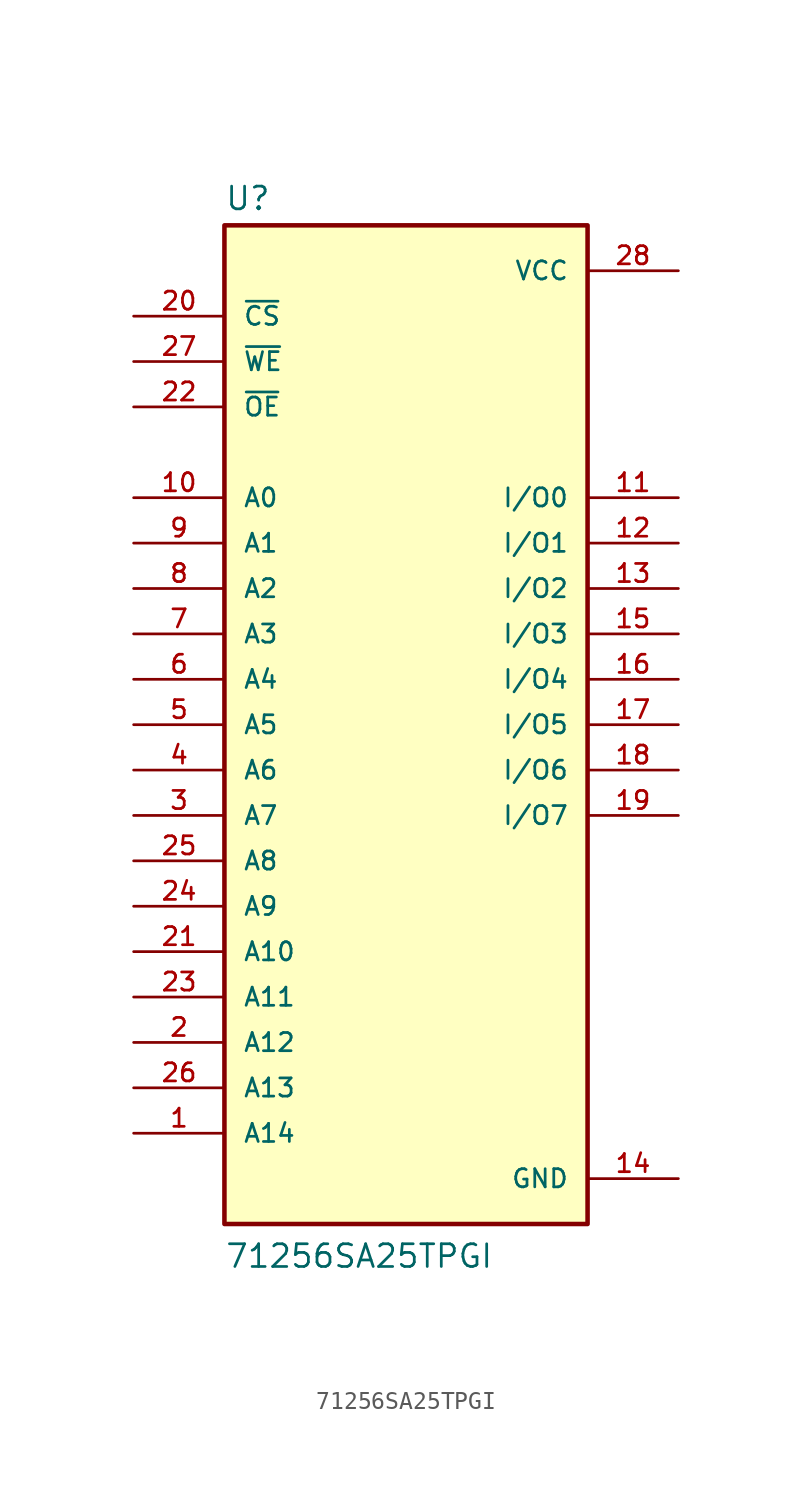
<source format=kicad_sym>
(kicad_symbol_lib
  (version 20211014)
  (generator kicad_symbol_editor)
  (symbol "71256SA25TPGI"
    (pin_names
      (offset 1.016))
    (property "Reference" "U"
      (at -10.16 28.702 0)
      (effects (font (size 1.27 1.27)) (justify bottom left)))
    (property "Value" "71256SA25TPGI"
      (at -10.16 -30.48 0)
      (effects (font (size 1.27 1.27)) (justify bottom left)))
    (symbol "71256SA25TPGI_0_0"
      (rectangle (start -10.16 -27.94) (end 10.16 27.94) (stroke (width 0.254)) (fill (type background)))
      (pin input line (at -15.24 12.7 0) (length 5.08) (name "A0" (effects (font (size 1.016 1.016)))) (number "10" (effects (font (size 1.016 1.016)))))
      (pin input line (at -15.24 10.16 0) (length 5.08) (name "A1" (effects (font (size 1.016 1.016)))) (number "9" (effects (font (size 1.016 1.016)))))
      (pin input line (at -15.24 7.62 0) (length 5.08) (name "A2" (effects (font (size 1.016 1.016)))) (number "8" (effects (font (size 1.016 1.016)))))
      (pin input line (at -15.24 5.08 0) (length 5.08) (name "A3" (effects (font (size 1.016 1.016)))) (number "7" (effects (font (size 1.016 1.016)))))
      (pin input line (at -15.24 2.54 0) (length 5.08) (name "A4" (effects (font (size 1.016 1.016)))) (number "6" (effects (font (size 1.016 1.016)))))
      (pin input line (at -15.24 0.0 0) (length 5.08) (name "A5" (effects (font (size 1.016 1.016)))) (number "5" (effects (font (size 1.016 1.016)))))
      (pin input line (at -15.24 -2.54 0) (length 5.08) (name "A6" (effects (font (size 1.016 1.016)))) (number "4" (effects (font (size 1.016 1.016)))))
      (pin input line (at -15.24 -5.08 0) (length 5.08) (name "A7" (effects (font (size 1.016 1.016)))) (number "3" (effects (font (size 1.016 1.016)))))
      (pin input line (at -15.24 -7.62 0) (length 5.08) (name "A8" (effects (font (size 1.016 1.016)))) (number "25" (effects (font (size 1.016 1.016)))))
      (pin input line (at -15.24 -10.16 0) (length 5.08) (name "A9" (effects (font (size 1.016 1.016)))) (number "24" (effects (font (size 1.016 1.016)))))
      (pin input line (at -15.24 -12.7 0) (length 5.08) (name "A10" (effects (font (size 1.016 1.016)))) (number "21" (effects (font (size 1.016 1.016)))))
      (pin input line (at -15.24 -15.24 0) (length 5.08) (name "A11" (effects (font (size 1.016 1.016)))) (number "23" (effects (font (size 1.016 1.016)))))
      (pin input line (at -15.24 -17.78 0) (length 5.08) (name "A12" (effects (font (size 1.016 1.016)))) (number "2" (effects (font (size 1.016 1.016)))))
      (pin input line (at -15.24 -20.32 0) (length 5.08) (name "A13" (effects (font (size 1.016 1.016)))) (number "26" (effects (font (size 1.016 1.016)))))
      (pin input line (at -15.24 -22.86 0) (length 5.08) (name "A14" (effects (font (size 1.016 1.016)))) (number "1" (effects (font (size 1.016 1.016)))))
      (pin bidirectional line (at 15.24 12.7 180.0) (length 5.08) (name "I/O0" (effects (font (size 1.016 1.016)))) (number "11" (effects (font (size 1.016 1.016)))))
      (pin bidirectional line (at 15.24 10.16 180.0) (length 5.08) (name "I/O1" (effects (font (size 1.016 1.016)))) (number "12" (effects (font (size 1.016 1.016)))))
      (pin bidirectional line (at 15.24 7.62 180.0) (length 5.08) (name "I/O2" (effects (font (size 1.016 1.016)))) (number "13" (effects (font (size 1.016 1.016)))))
      (pin bidirectional line (at 15.24 5.08 180.0) (length 5.08) (name "I/O3" (effects (font (size 1.016 1.016)))) (number "15" (effects (font (size 1.016 1.016)))))
      (pin bidirectional line (at 15.24 2.54 180.0) (length 5.08) (name "I/O4" (effects (font (size 1.016 1.016)))) (number "16" (effects (font (size 1.016 1.016)))))
      (pin bidirectional line (at 15.24 0.0 180.0) (length 5.08) (name "I/O5" (effects (font (size 1.016 1.016)))) (number "17" (effects (font (size 1.016 1.016)))))
      (pin bidirectional line (at 15.24 -2.54 180.0) (length 5.08) (name "I/O6" (effects (font (size 1.016 1.016)))) (number "18" (effects (font (size 1.016 1.016)))))
      (pin bidirectional line (at 15.24 -5.08 180.0) (length 5.08) (name "I/O7" (effects (font (size 1.016 1.016)))) (number "19" (effects (font (size 1.016 1.016)))))
      (pin input line (at -15.24 22.86 0) (length 5.08) (name "~{CS}" (effects (font (size 1.016 1.016)))) (number "20" (effects (font (size 1.016 1.016)))))
      (pin input line (at -15.24 20.32 0) (length 5.08) (name "~{WE}" (effects (font (size 1.016 1.016)))) (number "27" (effects (font (size 1.016 1.016)))))
      (pin input line (at -15.24 17.78 0) (length 5.08) (name "~{OE}" (effects (font (size 1.016 1.016)))) (number "22" (effects (font (size 1.016 1.016)))))
      (pin power_in line (at 15.24 25.4 180.0) (length 5.08) (name "VCC" (effects (font (size 1.016 1.016)))) (number "28" (effects (font (size 1.016 1.016)))))
      (pin power_in line (at 15.24 -25.4 180.0) (length 5.08) (name "GND" (effects (font (size 1.016 1.016)))) (number "14" (effects (font (size 1.016 1.016))))))))
</source>
